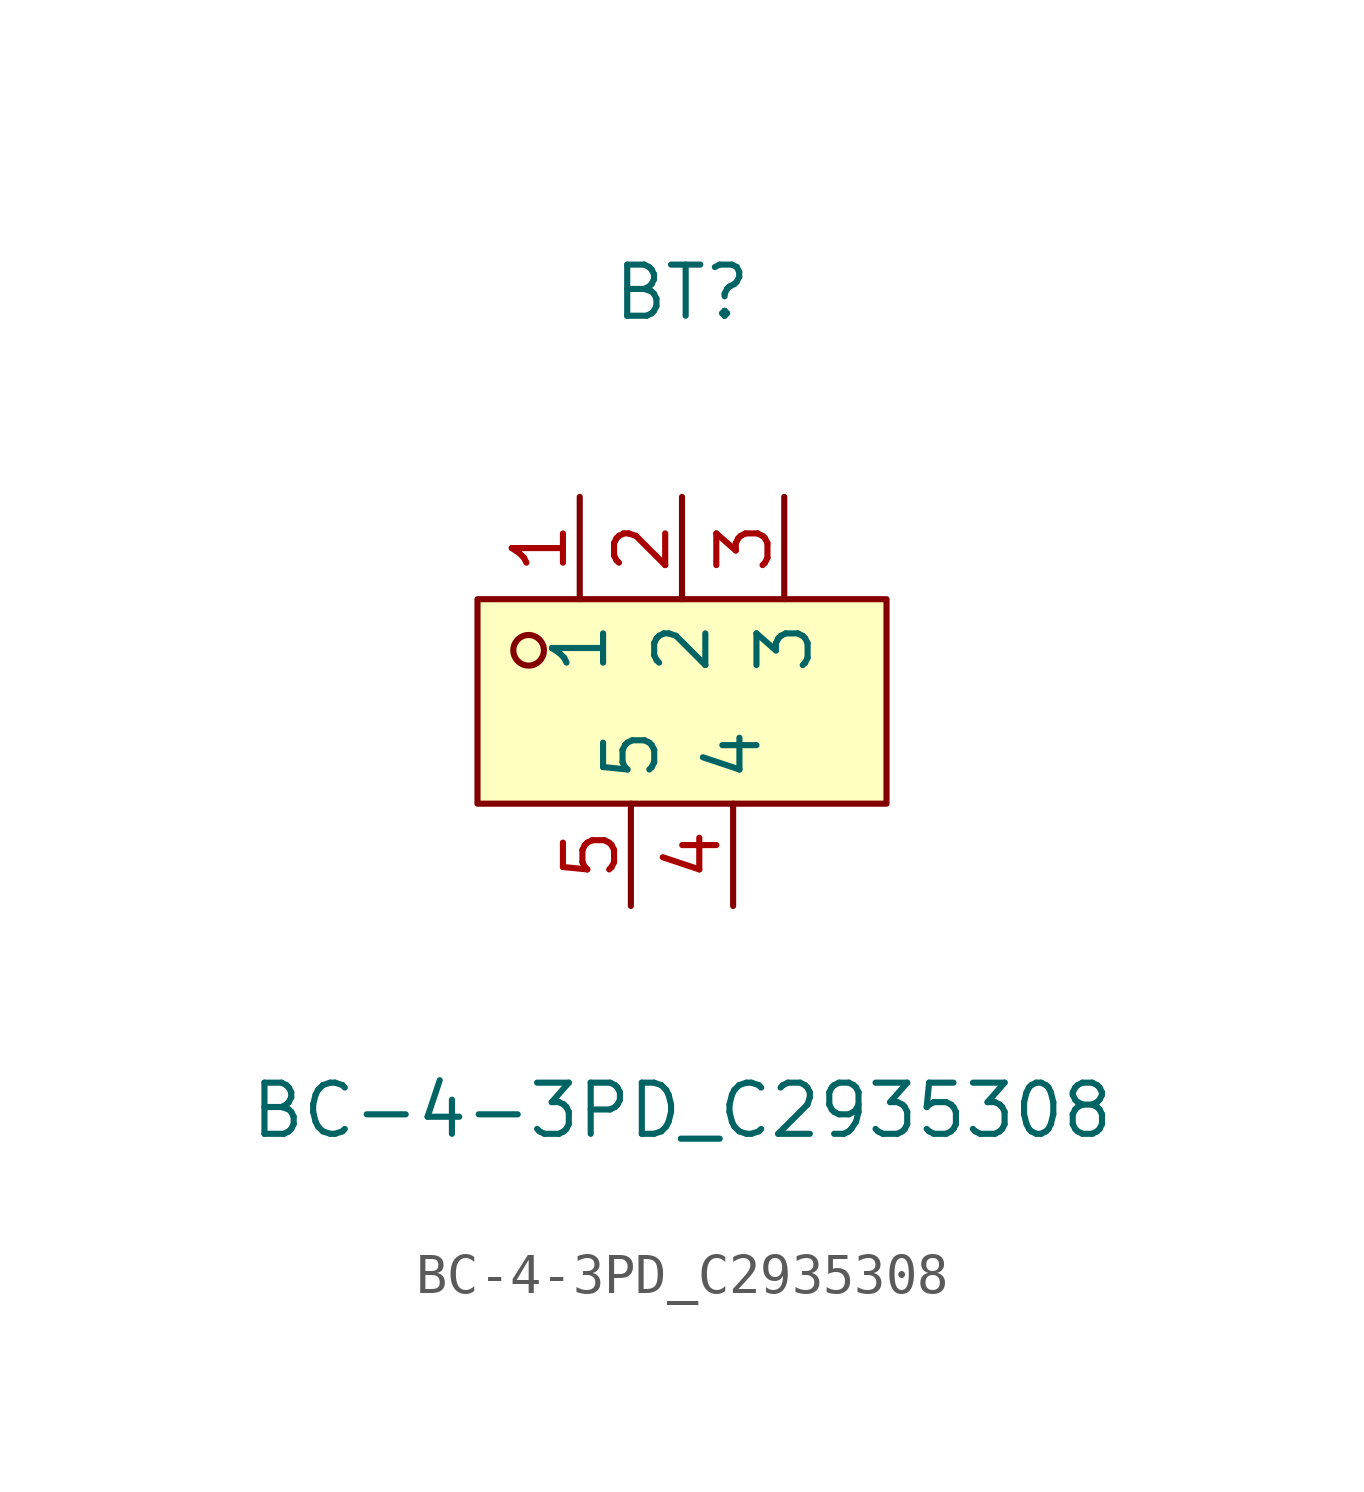
<source format=kicad_sym>
(kicad_symbol_lib
  (version 20211014)
  (generator https://github.com/uPesy/easyeda2kicad.py)
  (symbol "BC-4-3PD_C2935308"
    (property "Reference" "BT"
      (at 0 10.16 0)
      (effects (font (size 1.27 1.27))))
    (property "Value" "BC-4-3PD_C2935308"
      (at 0 -10.16 0)
      (effects (font (size 1.27 1.27))))
    (symbol "BC-4-3PD_C2935308_0_1"
      (rectangle (start -5.08 2.54) (end 5.08 -2.54) (stroke (width 0) (type default) (color 0 0 0 0)) (fill (type background)))
      (circle (center -3.81 1.27) (radius 0.38) (stroke (width 0) (type default) (color 0 0 0 0)) (fill (type none)))
      (pin unspecified line (at -2.54 5.08 270) (length 2.54) (name "1" (effects (font (size 1.27 1.27)))) (number "1" (effects (font (size 1.27 1.27)))))
      (pin unspecified line (at 0.00 5.08 270) (length 2.54) (name "2" (effects (font (size 1.27 1.27)))) (number "2" (effects (font (size 1.27 1.27)))))
      (pin unspecified line (at 2.54 5.08 270) (length 2.54) (name "3" (effects (font (size 1.27 1.27)))) (number "3" (effects (font (size 1.27 1.27)))))
      (pin unspecified line (at 1.27 -5.08 90) (length 2.54) (name "4" (effects (font (size 1.27 1.27)))) (number "4" (effects (font (size 1.27 1.27)))))
      (pin unspecified line (at -1.27 -5.08 90) (length 2.54) (name "5" (effects (font (size 1.27 1.27)))) (number "5" (effects (font (size 1.27 1.27))))))))
</source>
